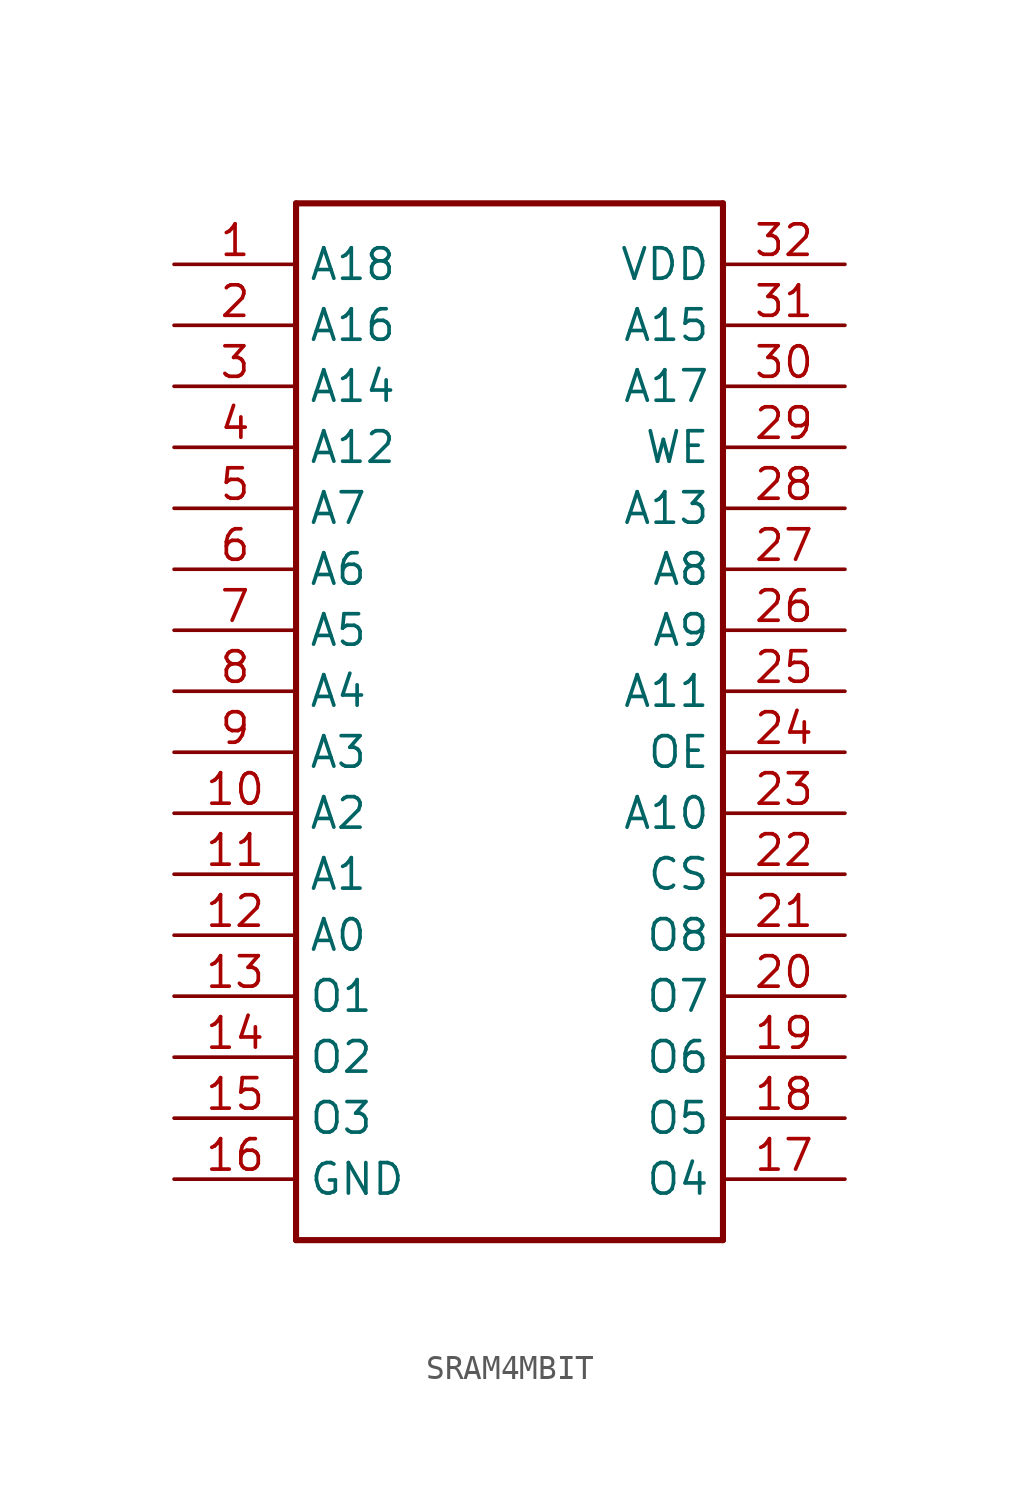
<source format=kicad_sym>
(kicad_symbol_lib
  (version 20220914)
  (generator kicad_symbol_editor)
  (symbol "SRAM4MBIT"
    (property "Reference" ""
      (at 0 0 0)
      (effects (font (size 1.27 1.27)) hide))
    (property "ki_locked" ""
      (at 0 0 0)
      (effects (font (size 1.27 1.27))))
    (symbol "SRAM4MBIT_1_0"
      (polyline (pts (xy -20.32 -12.7) (xy -20.32 30.48)) (stroke (width 0.254) (type default)) (fill (type none)))
      (polyline (pts (xy -20.32 30.48) (xy -2.54 30.48)) (stroke (width 0.254) (type default)) (fill (type none)))
      (polyline (pts (xy -2.54 -12.7) (xy -20.32 -12.7)) (stroke (width 0.254) (type default)) (fill (type none)))
      (polyline (pts (xy -2.54 30.48) (xy -2.54 -12.7)) (stroke (width 0.254) (type default)) (fill (type none)))
      (pin bidirectional line (at -25.4 27.94 0) (length 5.08) (name "A18" (effects (font (size 1.27 1.27)))) (number "1" (effects (font (size 1.27 1.27)))))
      (pin bidirectional line (at -25.4 5.08 0) (length 5.08) (name "A2" (effects (font (size 1.27 1.27)))) (number "10" (effects (font (size 1.27 1.27)))))
      (pin bidirectional line (at -25.4 2.54 0) (length 5.08) (name "A1" (effects (font (size 1.27 1.27)))) (number "11" (effects (font (size 1.27 1.27)))))
      (pin bidirectional line (at -25.4 0 0) (length 5.08) (name "A0" (effects (font (size 1.27 1.27)))) (number "12" (effects (font (size 1.27 1.27)))))
      (pin bidirectional line (at -25.4 -2.54 0) (length 5.08) (name "O1" (effects (font (size 1.27 1.27)))) (number "13" (effects (font (size 1.27 1.27)))))
      (pin bidirectional line (at -25.4 -5.08 0) (length 5.08) (name "O2" (effects (font (size 1.27 1.27)))) (number "14" (effects (font (size 1.27 1.27)))))
      (pin bidirectional line (at -25.4 -7.62 0) (length 5.08) (name "O3" (effects (font (size 1.27 1.27)))) (number "15" (effects (font (size 1.27 1.27)))))
      (pin bidirectional line (at -25.4 -10.16 0) (length 5.08) (name "GND" (effects (font (size 1.27 1.27)))) (number "16" (effects (font (size 1.27 1.27)))))
      (pin bidirectional line (at 2.54 -10.16 180) (length 5.08) (name "O4" (effects (font (size 1.27 1.27)))) (number "17" (effects (font (size 1.27 1.27)))))
      (pin bidirectional line (at 2.54 -7.62 180) (length 5.08) (name "O5" (effects (font (size 1.27 1.27)))) (number "18" (effects (font (size 1.27 1.27)))))
      (pin bidirectional line (at 2.54 -5.08 180) (length 5.08) (name "O6" (effects (font (size 1.27 1.27)))) (number "19" (effects (font (size 1.27 1.27)))))
      (pin bidirectional line (at -25.4 25.4 0) (length 5.08) (name "A16" (effects (font (size 1.27 1.27)))) (number "2" (effects (font (size 1.27 1.27)))))
      (pin bidirectional line (at 2.54 -2.54 180) (length 5.08) (name "O7" (effects (font (size 1.27 1.27)))) (number "20" (effects (font (size 1.27 1.27)))))
      (pin bidirectional line (at 2.54 0 180) (length 5.08) (name "O8" (effects (font (size 1.27 1.27)))) (number "21" (effects (font (size 1.27 1.27)))))
      (pin bidirectional line (at 2.54 2.54 180) (length 5.08) (name "CS" (effects (font (size 1.27 1.27)))) (number "22" (effects (font (size 1.27 1.27)))))
      (pin bidirectional line (at 2.54 5.08 180) (length 5.08) (name "A10" (effects (font (size 1.27 1.27)))) (number "23" (effects (font (size 1.27 1.27)))))
      (pin bidirectional line (at 2.54 7.62 180) (length 5.08) (name "OE" (effects (font (size 1.27 1.27)))) (number "24" (effects (font (size 1.27 1.27)))))
      (pin bidirectional line (at 2.54 10.16 180) (length 5.08) (name "A11" (effects (font (size 1.27 1.27)))) (number "25" (effects (font (size 1.27 1.27)))))
      (pin bidirectional line (at 2.54 12.7 180) (length 5.08) (name "A9" (effects (font (size 1.27 1.27)))) (number "26" (effects (font (size 1.27 1.27)))))
      (pin bidirectional line (at 2.54 15.24 180) (length 5.08) (name "A8" (effects (font (size 1.27 1.27)))) (number "27" (effects (font (size 1.27 1.27)))))
      (pin bidirectional line (at 2.54 17.78 180) (length 5.08) (name "A13" (effects (font (size 1.27 1.27)))) (number "28" (effects (font (size 1.27 1.27)))))
      (pin bidirectional line (at 2.54 20.32 180) (length 5.08) (name "WE" (effects (font (size 1.27 1.27)))) (number "29" (effects (font (size 1.27 1.27)))))
      (pin bidirectional line (at -25.4 22.86 0) (length 5.08) (name "A14" (effects (font (size 1.27 1.27)))) (number "3" (effects (font (size 1.27 1.27)))))
      (pin bidirectional line (at 2.54 22.86 180) (length 5.08) (name "A17" (effects (font (size 1.27 1.27)))) (number "30" (effects (font (size 1.27 1.27)))))
      (pin bidirectional line (at 2.54 25.4 180) (length 5.08) (name "A15" (effects (font (size 1.27 1.27)))) (number "31" (effects (font (size 1.27 1.27)))))
      (pin bidirectional line (at 2.54 27.94 180) (length 5.08) (name "VDD" (effects (font (size 1.27 1.27)))) (number "32" (effects (font (size 1.27 1.27)))))
      (pin bidirectional line (at -25.4 20.32 0) (length 5.08) (name "A12" (effects (font (size 1.27 1.27)))) (number "4" (effects (font (size 1.27 1.27)))))
      (pin bidirectional line (at -25.4 17.78 0) (length 5.08) (name "A7" (effects (font (size 1.27 1.27)))) (number "5" (effects (font (size 1.27 1.27)))))
      (pin bidirectional line (at -25.4 15.24 0) (length 5.08) (name "A6" (effects (font (size 1.27 1.27)))) (number "6" (effects (font (size 1.27 1.27)))))
      (pin bidirectional line (at -25.4 12.7 0) (length 5.08) (name "A5" (effects (font (size 1.27 1.27)))) (number "7" (effects (font (size 1.27 1.27)))))
      (pin bidirectional line (at -25.4 10.16 0) (length 5.08) (name "A4" (effects (font (size 1.27 1.27)))) (number "8" (effects (font (size 1.27 1.27)))))
      (pin bidirectional line (at -25.4 7.62 0) (length 5.08) (name "A3" (effects (font (size 1.27 1.27)))) (number "9" (effects (font (size 1.27 1.27))))))))
</source>
